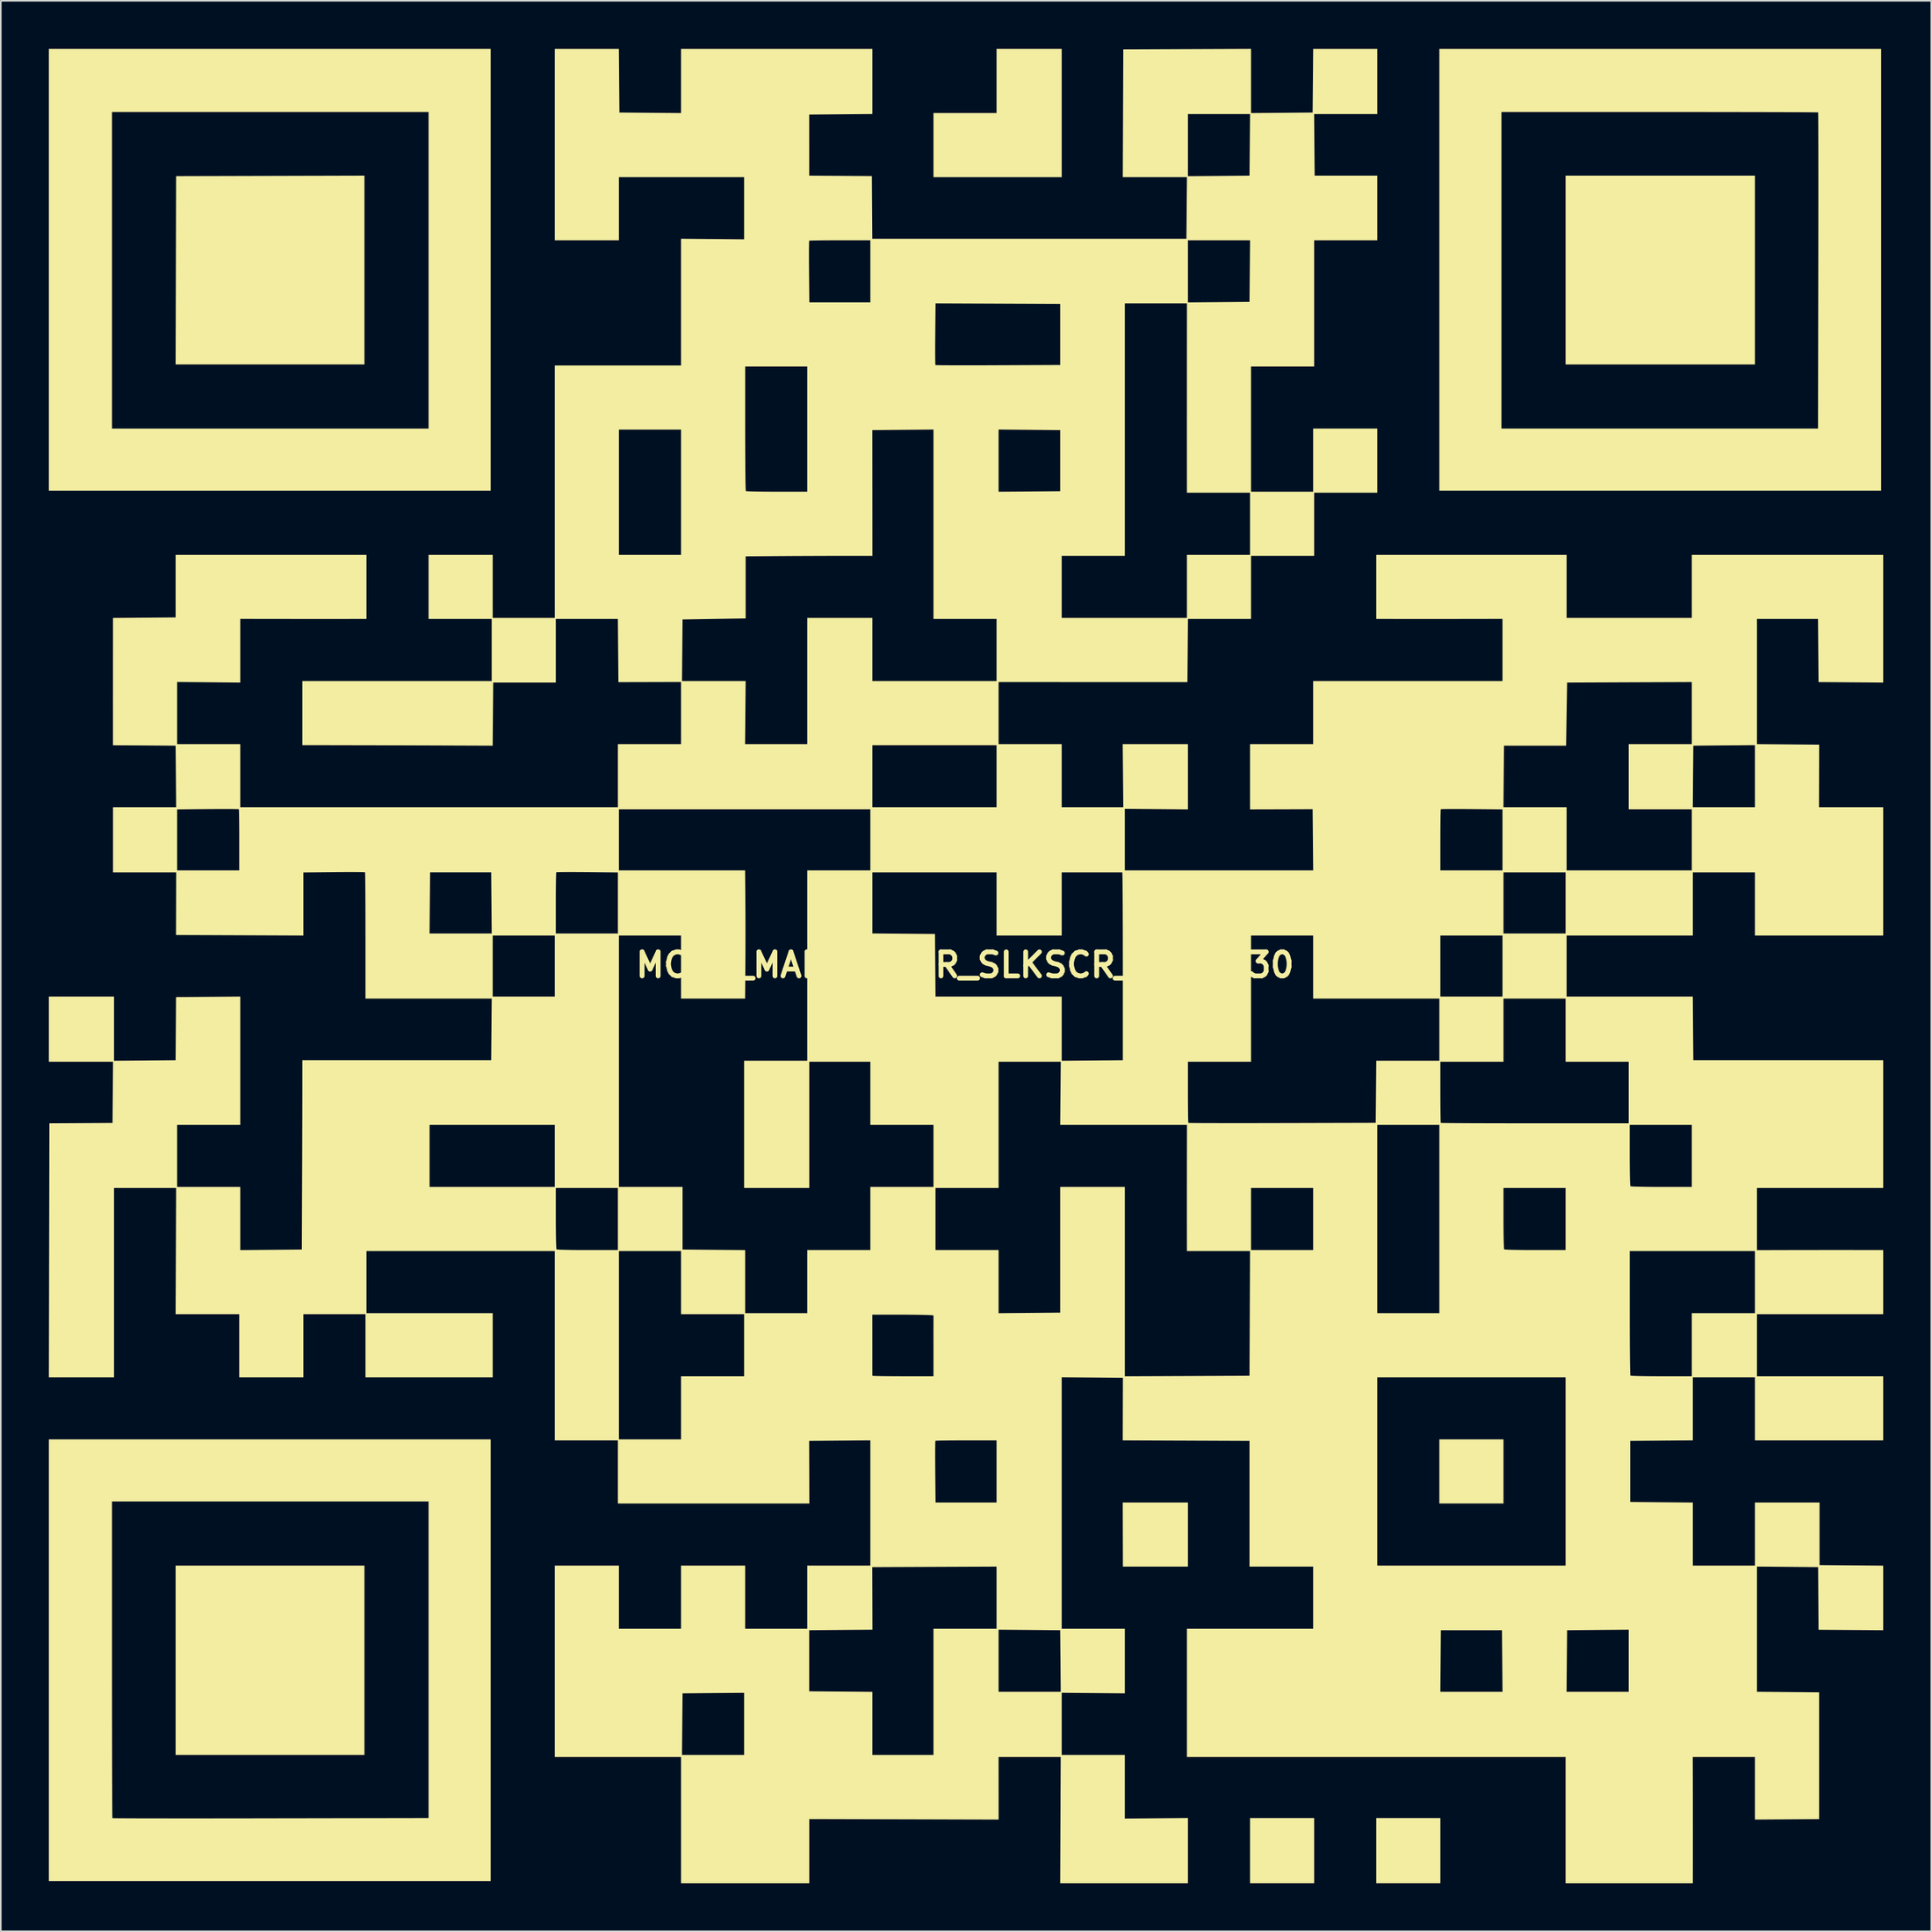
<source format=kicad_pcb>
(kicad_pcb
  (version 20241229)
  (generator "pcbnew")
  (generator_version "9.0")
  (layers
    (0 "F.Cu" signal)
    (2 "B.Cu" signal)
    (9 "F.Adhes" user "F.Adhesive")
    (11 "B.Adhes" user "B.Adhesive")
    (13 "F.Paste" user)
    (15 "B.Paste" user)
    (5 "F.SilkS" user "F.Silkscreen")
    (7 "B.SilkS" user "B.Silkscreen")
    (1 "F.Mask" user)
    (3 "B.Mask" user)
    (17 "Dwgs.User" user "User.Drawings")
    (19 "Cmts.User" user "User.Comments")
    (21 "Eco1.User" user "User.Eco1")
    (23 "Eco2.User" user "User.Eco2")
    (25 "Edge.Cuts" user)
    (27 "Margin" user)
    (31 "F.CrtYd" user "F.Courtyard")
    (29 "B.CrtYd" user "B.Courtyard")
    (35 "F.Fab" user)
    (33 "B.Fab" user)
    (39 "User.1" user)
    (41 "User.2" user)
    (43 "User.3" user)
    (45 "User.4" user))
  (footprint "MC8P_MANUAL_QR_SLKSCR_130X130"
    (layer "F.Cu")
    (at 57.15 57.151)
    (property "Reference" "MC8P_MANUAL_QR_SLKSCR_130X130" (at 0 0 0) (layer "F.SilkS") (effects (font (size 1.5 1.5) (thickness 0.3))))
    (attr board_only exclude_from_pos_files exclude_from_bom)
    (fp_poly (pts (xy -37.465 -43.355) (xy -37.465 -37.465) (xy -43.355 -37.465) (xy -49.244 -37.465) (xy -49.229 -43.339) (xy -49.214 -49.214) (xy -43.339 -49.229) (xy -37.465 -49.244)) (stroke (width 0) (type solid)) (fill yes) (layer "F.SilkS"))
    (fp_poly (pts (xy -37.465 43.37) (xy -37.465 49.276) (xy -43.355 49.276) (xy -49.244 49.276) (xy -49.244 43.37) (xy -49.244 37.465) (xy -43.355 37.465) (xy -37.465 37.465)) (stroke (width 0) (type solid)) (fill yes) (layer "F.SilkS"))
    (fp_poly (pts (xy 13.906 35.528) (xy 13.906 37.529) (xy 11.878 37.529) (xy 9.849 37.529) (xy 9.844 35.528) (xy 9.839 33.528) (xy 11.873 33.528) (xy 13.906 33.528)) (stroke (width 0) (type solid)) (fill yes) (layer "F.SilkS"))
    (fp_poly (pts (xy 21.78 55.245) (xy 21.78 57.277) (xy 19.78 57.277) (xy 17.78 57.277) (xy 17.78 55.245) (xy 17.78 53.213) (xy 19.78 53.213) (xy 21.78 53.213)) (stroke (width 0) (type solid)) (fill yes) (layer "F.SilkS"))
    (fp_poly (pts (xy 29.654 55.245) (xy 29.654 57.277) (xy 27.654 57.277) (xy 25.654 57.277) (xy 25.654 55.245) (xy 25.654 53.213) (xy 27.654 53.213) (xy 29.654 53.213)) (stroke (width 0) (type solid)) (fill yes) (layer "F.SilkS"))
    (fp_poly (pts (xy 33.592 31.591) (xy 33.592 33.592) (xy 31.591 33.592) (xy 29.591 33.592) (xy 29.591 31.591) (xy 29.591 29.591) (xy 31.591 29.591) (xy 33.592 29.591)) (stroke (width 0) (type solid)) (fill yes) (layer "F.SilkS"))
    (fp_poly (pts (xy 49.276 -43.355) (xy 49.276 -37.465) (xy 43.37 -37.465) (xy 37.465 -37.465) (xy 37.465 -43.355) (xy 37.465 -49.244) (xy 43.37 -49.244) (xy 49.276 -49.244)) (stroke (width 0) (type solid)) (fill yes) (layer "F.SilkS"))
    (fp_poly (pts (xy 6.032 -53.15) (xy 6.032 -49.149) (xy 2.032 -49.149) (xy -1.968 -49.149) (xy -1.968 -51.149) (xy -1.968 -53.15) (xy 0 -53.15) (xy 1.968 -53.15) (xy 1.968 -55.15) (xy 1.968 -57.15) (xy 4 -57.15) (xy 6.032 -57.15)) (stroke (width 0) (type solid)) (fill yes) (layer "F.SilkS"))
    (fp_poly (pts (xy -29.591 -43.37) (xy -29.591 -29.591) (xy -43.37 -29.591) (xy -57.15 -29.591) (xy -57.15 -43.339) (xy -53.213 -43.339) (xy -53.213 -33.465) (xy -43.339 -33.465) (xy -33.465 -33.465) (xy -33.465 -43.339) (xy -33.465 -53.213) (xy -43.339 -53.213) (xy -53.213 -53.213) (xy -53.213 -43.339) (xy -57.15 -43.339) (xy -57.15 -43.37) (xy -57.15 -57.15) (xy -43.37 -57.15) (xy -29.591 -57.15)) (stroke (width 0) (type solid)) (fill yes) (layer "F.SilkS"))
    (fp_poly (pts (xy -29.591 43.37) (xy -29.591 57.15) (xy -43.37 57.15) (xy -57.15 57.15) (xy -57.15 43.37) (xy -57.15 43.328) (xy -53.213 43.328) (xy -53.213 44.437) (xy -53.212 45.512) (xy -53.212 46.544) (xy -53.21 47.529) (xy -53.209 48.458) (xy -53.208 49.325) (xy -53.206 50.123) (xy -53.204 50.845) (xy -53.201 51.485) (xy -53.199 52.035) (xy -53.196 52.488) (xy -53.194 52.839) (xy -53.191 53.079) (xy -53.188 53.203) (xy -53.187 53.218) (xy -53.121 53.221) (xy -52.936 53.224) (xy -52.637 53.226) (xy -52.232 53.228) (xy -51.727 53.23) (xy -51.129 53.231) (xy -50.446 53.232) (xy -49.683 53.233) (xy -48.848 53.233) (xy -47.948 53.233) (xy -46.99 53.233) (xy -45.979 53.232) (xy -44.924 53.231) (xy -43.832 53.229) (xy -43.312 53.228) (xy -33.465 53.212) (xy -33.465 43.338) (xy -33.465 33.465) (xy -43.339 33.465) (xy -53.213 33.465) (xy -53.213 43.328) (xy -57.15 43.328) (xy -57.15 29.591) (xy -43.37 29.591) (xy -29.591 29.591)) (stroke (width 0) (type solid)) (fill yes) (layer "F.SilkS"))
    (fp_poly (pts (xy 57.15 -43.37) (xy 57.15 -29.591) (xy 43.37 -29.591) (xy 29.591 -29.591) (xy 29.591 -43.37) (xy 29.591 -53.213) (xy 33.465 -53.213) (xy 33.465 -43.339) (xy 33.465 -33.465) (xy 43.338 -33.465) (xy 53.212 -33.465) (xy 53.228 -43.312) (xy 53.23 -44.421) (xy 53.231 -45.494) (xy 53.232 -46.526) (xy 53.233 -47.509) (xy 53.233 -48.437) (xy 53.233 -49.303) (xy 53.232 -50.1) (xy 53.232 -50.821) (xy 53.23 -51.46) (xy 53.229 -52.009) (xy 53.227 -52.461) (xy 53.225 -52.81) (xy 53.222 -53.049) (xy 53.22 -53.172) (xy 53.218 -53.187) (xy 53.153 -53.19) (xy 52.967 -53.192) (xy 52.669 -53.195) (xy 52.263 -53.198) (xy 51.758 -53.2) (xy 51.161 -53.203) (xy 50.477 -53.205) (xy 49.714 -53.207) (xy 48.879 -53.208) (xy 47.979 -53.21) (xy 47.02 -53.211) (xy 46.01 -53.212) (xy 44.954 -53.213) (xy 43.861 -53.213) (xy 43.328 -53.213) (xy 33.465 -53.213) (xy 29.591 -53.213) (xy 29.591 -57.15) (xy 43.37 -57.15) (xy 57.15 -57.15)) (stroke (width 0) (type solid)) (fill yes) (layer "F.SilkS"))
    (fp_poly (pts (xy 17.843 -55.149) (xy 17.843 -53.148) (xy 19.764 -53.164) (xy 21.685 -53.181) (xy 21.702 -55.166) (xy 21.719 -57.15) (xy 23.718 -57.15) (xy 25.718 -57.15) (xy 25.718 -55.118) (xy 25.718 -53.086) (xy 23.748 -53.086) (xy 21.779 -53.086) (xy 21.795 -51.165) (xy 21.812 -49.244) (xy 23.765 -49.244) (xy 25.718 -49.244) (xy 25.718 -47.228) (xy 25.718 -45.212) (xy 23.749 -45.212) (xy 21.78 -45.212) (xy 21.78 -41.275) (xy 21.78 -37.338) (xy 19.812 -37.338) (xy 17.843 -37.338) (xy 17.843 -33.433) (xy 17.843 -29.527) (xy 19.78 -29.527) (xy 21.717 -29.527) (xy 21.717 -31.496) (xy 21.717 -33.465) (xy 23.717 -33.465) (xy 25.718 -33.465) (xy 25.718 -31.464) (xy 25.718 -29.464) (xy 23.749 -29.464) (xy 21.78 -29.464) (xy 21.78 -27.495) (xy 21.78 -25.527) (xy 19.812 -25.527) (xy 17.843 -25.527) (xy 17.843 -23.558) (xy 17.843 -21.59) (xy 15.876 -21.59) (xy 13.908 -21.59) (xy 13.892 -19.619) (xy 13.875 -17.648) (xy 7.985 -17.65) (xy 2.095 -17.652) (xy 2.095 -15.716) (xy 2.095 -13.78) (xy 4.064 -13.78) (xy 6.032 -13.78) (xy 6.032 -11.811) (xy 6.032 -9.842) (xy 7.953 -9.842) (xy 9.874 -9.842) (xy 9.856 -11.811) (xy 9.837 -13.78) (xy 11.872 -13.78) (xy 13.906 -13.78) (xy 13.906 -11.746) (xy 13.906 -9.712) (xy 11.938 -9.73) (xy 9.969 -9.747) (xy 9.969 -7.826) (xy 9.97 -5.905) (xy 15.844 -5.905) (xy 21.719 -5.905) (xy 21.702 -7.8) (xy 29.654 -7.8) (xy 29.654 -5.905) (xy 31.591 -5.905) (xy 33.528 -5.905) (xy 33.528 -7.809) (xy 33.528 -9.712) (xy 31.618 -9.73) (xy 31.138 -9.733) (xy 30.701 -9.735) (xy 30.322 -9.735) (xy 30.017 -9.732) (xy 29.802 -9.729) (xy 29.692 -9.723) (xy 29.681 -9.721) (xy 29.674 -9.653) (xy 29.668 -9.474) (xy 29.663 -9.2) (xy 29.659 -8.846) (xy 29.656 -8.429) (xy 29.655 -7.964) (xy 29.654 -7.8) (xy 21.702 -7.8) (xy 21.702 -7.814) (xy 21.685 -9.723) (xy 19.733 -9.717) (xy 17.78 -9.712) (xy 17.78 -9.842) (xy 33.59 -9.842) (xy 35.559 -9.842) (xy 37.529 -9.842) (xy 37.529 -7.874) (xy 37.529 -5.905) (xy 41.434 -5.905) (xy 45.339 -5.905) (xy 45.339 -7.811) (xy 45.339 -9.716) (xy 43.37 -9.716) (xy 41.402 -9.716) (xy 41.402 -9.842) (xy 45.401 -9.842) (xy 47.338 -9.842) (xy 49.276 -9.842) (xy 49.276 -11.78) (xy 49.276 -13.718) (xy 47.355 -13.701) (xy 45.434 -13.684) (xy 45.417 -11.763) (xy 45.401 -9.842) (xy 41.402 -9.842) (xy 41.402 -11.748) (xy 41.402 -13.78) (xy 43.37 -13.78) (xy 45.339 -13.78) (xy 45.339 -15.716) (xy 45.339 -17.652) (xy 41.45 -17.637) (xy 37.56 -17.621) (xy 37.529 -15.653) (xy 37.497 -13.684) (xy 35.56 -13.684) (xy 33.623 -13.684) (xy 33.606 -11.763) (xy 33.59 -9.842) (xy 17.78 -9.842) (xy 17.78 -11.746) (xy 17.78 -13.78) (xy 19.748 -13.78) (xy 21.717 -13.78) (xy 21.717 -15.748) (xy 21.717 -17.716) (xy 27.622 -17.716) (xy 33.528 -17.716) (xy 33.528 -19.655) (xy 33.528 -21.593) (xy 31.575 -21.59) (xy 30.958 -21.589) (xy 30.257 -21.588) (xy 29.517 -21.588) (xy 28.781 -21.588) (xy 28.092 -21.588) (xy 27.638 -21.588) (xy 25.654 -21.59) (xy 25.654 -23.59) (xy 25.654 -25.59) (xy 31.591 -25.59) (xy 37.529 -25.59) (xy 37.529 -23.622) (xy 37.529 -21.654) (xy 41.434 -21.654) (xy 45.339 -21.654) (xy 45.339 -23.622) (xy 45.339 -25.59) (xy 51.308 -25.59) (xy 57.277 -25.59) (xy 57.277 -21.606) (xy 57.277 -17.621) (xy 55.261 -17.636) (xy 53.245 -17.651) (xy 53.228 -19.62) (xy 53.211 -21.59) (xy 51.307 -21.59) (xy 49.403 -21.59) (xy 49.403 -17.686) (xy 49.403 -13.781) (xy 51.343 -13.765) (xy 53.284 -13.748) (xy 53.278 -11.795) (xy 53.273 -9.842) (xy 55.275 -9.842) (xy 57.277 -9.842) (xy 57.277 -5.842) (xy 57.277 -1.841) (xy 53.276 -1.841) (xy 49.276 -1.841) (xy 49.276 -3.81) (xy 49.276 -5.779) (xy 47.339 -5.779) (xy 45.403 -5.779) (xy 45.403 -3.81) (xy 45.403 -1.841) (xy 41.465 -1.841) (xy 37.529 -1.841) (xy 37.529 0.064) (xy 37.529 1.968) (xy 41.465 1.968) (xy 45.401 1.968) (xy 45.417 3.953) (xy 45.434 5.937) (xy 51.356 5.937) (xy 57.277 5.937) (xy 57.277 9.922) (xy 57.277 13.906) (xy 53.34 13.906) (xy 49.403 13.906) (xy 49.403 15.846) (xy 49.403 17.785) (xy 51.356 17.78) (xy 51.973 17.779) (xy 52.674 17.778) (xy 53.414 17.777) (xy 54.15 17.777) (xy 54.839 17.777) (xy 55.293 17.777) (xy 57.277 17.78) (xy 57.277 19.78) (xy 57.277 21.78) (xy 53.34 21.78) (xy 49.403 21.78) (xy 49.403 23.717) (xy 49.403 25.654) (xy 53.34 25.654) (xy 57.277 25.654) (xy 57.277 27.654) (xy 57.277 29.654) (xy 53.276 29.654) (xy 49.276 29.654) (xy 49.276 27.686) (xy 49.276 25.718) (xy 47.339 25.718) (xy 45.403 25.718) (xy 45.403 27.685) (xy 45.403 29.653) (xy 43.45 29.669) (xy 41.497 29.686) (xy 41.497 31.591) (xy 41.497 33.496) (xy 43.45 33.513) (xy 45.403 33.53) (xy 45.403 35.497) (xy 45.403 37.465) (xy 47.339 37.465) (xy 49.276 37.465) (xy 49.276 35.496) (xy 49.276 33.528) (xy 51.292 33.528) (xy 53.308 33.528) (xy 53.308 35.481) (xy 53.308 37.433) (xy 55.293 37.45) (xy 57.277 37.467) (xy 57.277 39.482) (xy 57.277 41.497) (xy 55.261 41.483) (xy 53.245 41.469) (xy 53.232 39.515) (xy 53.218 37.56) (xy 51.311 37.543) (xy 49.403 37.527) (xy 49.403 41.432) (xy 49.403 45.337) (xy 51.341 45.354) (xy 53.28 45.371) (xy 53.28 49.325) (xy 53.28 53.279) (xy 51.278 53.293) (xy 49.276 53.308) (xy 49.276 51.356) (xy 49.276 49.403) (xy 47.337 49.403) (xy 45.398 49.403) (xy 45.403 51.356) (xy 45.404 51.973) (xy 45.405 52.674) (xy 45.405 53.414) (xy 45.406 54.15) (xy 45.405 54.839) (xy 45.405 55.293) (xy 45.403 57.277) (xy 41.434 57.277) (xy 37.465 57.277) (xy 37.465 53.34) (xy 37.465 49.403) (xy 25.654 49.403) (xy 13.843 49.403) (xy 13.843 45.403) (xy 13.843 45.339) (xy 29.653 45.339) (xy 31.591 45.339) (xy 33.53 45.339) (xy 37.527 45.339) (xy 39.464 45.339) (xy 41.402 45.339) (xy 41.402 43.401) (xy 41.402 41.464) (xy 39.481 41.48) (xy 37.56 41.497) (xy 37.543 43.418) (xy 37.527 45.339) (xy 33.53 45.339) (xy 33.513 43.418) (xy 33.496 41.497) (xy 31.591 41.497) (xy 29.686 41.497) (xy 29.669 43.418) (xy 29.653 45.339) (xy 13.843 45.339) (xy 13.843 41.402) (xy 17.78 41.402) (xy 21.717 41.402) (xy 21.717 39.465) (xy 21.717 37.529) (xy 19.733 37.529) (xy 17.748 37.529) (xy 17.748 33.607) (xy 17.748 31.591) (xy 25.718 31.591) (xy 25.718 37.465) (xy 31.591 37.465) (xy 37.465 37.465) (xy 37.465 31.591) (xy 37.465 25.718) (xy 31.591 25.718) (xy 25.718 25.718) (xy 25.718 31.591) (xy 17.748 31.591) (xy 17.748 29.686) (xy 13.794 29.67) (xy 9.839 29.654) (xy 9.844 27.701) (xy 9.85 25.749) (xy 7.941 25.732) (xy 6.032 25.716) (xy 6.032 33.559) (xy 6.032 41.402) (xy 8.001 41.402) (xy 9.97 41.402) (xy 9.97 43.418) (xy 9.97 45.434) (xy 8.001 45.417) (xy 6.032 45.399) (xy 6.032 47.337) (xy 6.032 49.276) (xy 8.001 49.276) (xy 9.97 49.276) (xy 9.969 51.26) (xy 9.969 53.245) (xy 11.938 53.227) (xy 13.906 53.209) (xy 13.906 55.243) (xy 13.906 57.277) (xy 9.922 57.277) (xy 5.937 57.277) (xy 5.953 53.34) (xy 5.969 49.403) (xy 4.032 49.403) (xy 2.095 49.403) (xy 2.096 51.356) (xy 2.096 53.308) (xy -3.81 53.292) (xy -9.716 53.277) (xy -9.716 55.277) (xy -9.716 57.277) (xy -13.716 57.277) (xy -17.716 57.277) (xy -17.716 53.34) (xy -17.716 49.403) (xy -21.654 49.403) (xy -25.59 49.403) (xy -25.59 49.276) (xy -17.655 49.276) (xy -15.717 49.276) (xy -13.78 49.276) (xy -13.78 47.338) (xy -13.78 45.401) (xy -15.7 45.417) (xy -17.621 45.434) (xy -17.638 47.355) (xy -17.655 49.276) (xy -25.59 49.276) (xy -25.59 43.434) (xy -25.59 41.497) (xy -9.72 41.497) (xy -9.72 43.402) (xy -9.72 45.307) (xy -7.749 45.324) (xy -5.779 45.341) (xy -5.779 47.308) (xy -5.779 49.276) (xy -3.873 49.276) (xy -1.968 49.276) (xy -1.968 45.339) (xy -1.968 43.401) (xy 2.095 43.401) (xy 2.095 45.339) (xy 4.033 45.339) (xy 5.971 45.339) (xy 5.954 43.418) (xy 5.937 41.497) (xy 4.016 41.48) (xy 2.095 41.464) (xy 2.095 43.401) (xy -1.968 43.401) (xy -1.968 41.402) (xy 0 41.402) (xy 1.968 41.402) (xy 1.968 39.465) (xy 1.968 37.528) (xy -1.909 37.544) (xy -5.786 37.56) (xy -5.78 39.512) (xy -5.775 41.464) (xy -7.747 41.48) (xy -9.72 41.497) (xy -25.59 41.497) (xy -25.59 37.465) (xy -23.59 37.465) (xy -21.59 37.465) (xy -21.59 39.434) (xy -21.59 41.402) (xy -19.653 41.402) (xy -17.716 41.402) (xy -17.716 39.434) (xy -17.716 37.465) (xy -15.716 37.465) (xy -13.716 37.465) (xy -13.716 39.434) (xy -13.716 41.402) (xy -11.779 41.402) (xy -9.842 41.402) (xy -9.842 39.434) (xy -9.842 37.465) (xy -7.874 37.465) (xy -5.905 37.465) (xy -5.905 33.559) (xy -5.905 30.556) (xy -1.861 30.556) (xy -1.86 30.974) (xy -1.857 31.44) (xy -1.856 31.618) (xy -1.838 33.528) (xy 0.065 33.528) (xy 1.968 33.528) (xy 1.968 31.591) (xy 1.968 29.654) (xy 0.074 29.654) (xy -0.403 29.655) (xy -0.838 29.658) (xy -1.215 29.662) (xy -1.518 29.666) (xy -1.73 29.672) (xy -1.837 29.679) (xy -1.847 29.681) (xy -1.853 29.749) (xy -1.857 29.928) (xy -1.86 30.202) (xy -1.861 30.556) (xy -5.905 30.556) (xy -5.905 29.653) (xy -7.814 29.669) (xy -9.723 29.686) (xy -9.717 31.639) (xy -9.712 33.592) (xy -11.714 33.592) (xy -12.344 33.593) (xy -13.057 33.593) (xy -13.808 33.593) (xy -14.554 33.593) (xy -15.251 33.593) (xy -15.716 33.593) (xy -16.343 33.593) (xy -17.051 33.593) (xy -17.795 33.593) (xy -18.533 33.593) (xy -19.221 33.593) (xy -19.685 33.592) (xy -21.654 33.592) (xy -21.654 31.623) (xy -21.654 29.654) (xy -23.622 29.654) (xy -25.59 29.654) (xy -25.59 23.749) (xy -25.59 23.717) (xy -21.589 23.717) (xy -21.589 29.591) (xy -19.653 29.591) (xy -17.716 29.591) (xy -17.716 27.622) (xy -17.716 25.654) (xy -15.748 25.654) (xy -13.78 25.654) (xy -13.78 23.717) (xy -13.78 21.812) (xy -5.782 21.812) (xy -5.781 23.701) (xy -5.781 24.178) (xy -5.781 24.613) (xy -5.781 24.99) (xy -5.78 25.293) (xy -5.78 25.506) (xy -5.78 25.613) (xy -5.779 25.622) (xy -5.718 25.63) (xy -5.546 25.637) (xy -5.277 25.644) (xy -4.928 25.649) (xy -4.514 25.652) (xy -4.051 25.654) (xy -3.873 25.654) (xy -1.968 25.654) (xy -1.968 23.781) (xy -1.969 23.305) (xy -1.969 22.87) (xy -1.968 22.493) (xy -1.968 22.19) (xy -1.968 21.976) (xy -1.968 21.869) (xy -1.968 21.86) (xy -2.029 21.848) (xy -2.202 21.837) (xy -2.47 21.828) (xy -2.819 21.82) (xy -3.233 21.815) (xy -3.696 21.812) (xy -3.875 21.812) (xy -5.782 21.812) (xy -13.78 21.812) (xy -13.78 21.78) (xy -15.748 21.78) (xy -17.716 21.78) (xy -17.716 19.812) (xy -17.716 17.843) (xy -19.653 17.843) (xy -21.589 17.843) (xy -21.589 23.717) (xy -25.59 23.717) (xy -25.59 17.843) (xy -31.464 17.843) (xy -37.338 17.843) (xy -37.338 19.78) (xy -37.338 21.717) (xy -33.401 21.717) (xy -29.464 21.717) (xy -29.464 23.717) (xy -29.464 25.718) (xy -33.433 25.718) (xy -37.401 25.718) (xy -37.401 23.749) (xy -37.401 21.78) (xy -39.338 21.78) (xy -41.275 21.78) (xy -41.275 23.749) (xy -41.275 25.718) (xy -43.275 25.718) (xy -45.276 25.718) (xy -45.276 23.749) (xy -45.276 21.78) (xy -47.26 21.781) (xy -49.244 21.781) (xy -49.228 17.844) (xy -49.213 13.906) (xy -51.149 13.906) (xy -53.086 13.906) (xy -53.086 19.812) (xy -53.086 25.718) (xy -55.118 25.718) (xy -57.15 25.718) (xy -57.134 17.796) (xy -57.118 9.874) (xy -55.15 9.863) (xy -53.181 9.851) (xy -53.164 7.942) (xy -53.148 6.032) (xy -55.149 6.032) (xy -57.15 6.032) (xy -57.15 4) (xy -57.15 1.968) (xy -55.118 1.968) (xy -53.086 1.968) (xy -53.086 3.97) (xy -53.086 5.971) (xy -51.165 5.954) (xy -49.244 5.937) (xy -49.231 3.969) (xy -49.218 2) (xy -47.215 1.983) (xy -45.212 1.967) (xy -45.212 5.968) (xy -45.212 9.97) (xy -47.181 9.97) (xy -49.149 9.97) (xy -49.149 11.906) (xy -49.149 13.843) (xy -47.181 13.843) (xy -45.212 13.843) (xy -45.212 15.812) (xy -45.212 17.782) (xy -43.291 17.765) (xy -41.37 17.748) (xy -41.363 15.801) (xy -25.527 15.801) (xy -25.526 16.279) (xy -25.522 16.716) (xy -25.516 17.095) (xy -25.508 17.401) (xy -25.499 17.617) (xy -25.488 17.727) (xy -25.485 17.738) (xy -25.413 17.748) (xy -25.23 17.758) (xy -24.952 17.766) (xy -24.596 17.773) (xy -24.176 17.778) (xy -23.71 17.78) (xy -23.548 17.78) (xy -21.654 17.78) (xy -21.654 15.843) (xy -21.654 13.906) (xy -23.59 13.906) (xy -25.527 13.906) (xy -25.527 15.801) (xy -41.363 15.801) (xy -41.356 13.811) (xy -41.353 13.042) (xy -41.35 12.251) (xy -41.349 11.906) (xy -33.401 11.906) (xy -33.401 13.842) (xy -29.496 13.842) (xy -25.59 13.842) (xy -25.59 11.906) (xy -25.59 9.97) (xy -29.496 9.97) (xy -33.401 9.97) (xy -33.401 11.906) (xy -41.349 11.906) (xy -41.348 11.46) (xy -41.346 10.687) (xy -41.344 9.952) (xy -41.342 9.274) (xy -41.341 8.672) (xy -41.34 8.165) (xy -41.34 7.906) (xy -41.339 5.937) (xy -35.449 5.937) (xy -29.559 5.937) (xy -29.542 4.016) (xy -29.526 2.095) (xy -33.464 2.095) (xy -37.401 2.095) (xy -37.401 0.064) (xy -29.464 0.064) (xy -29.464 1.968) (xy -27.527 1.968) (xy -25.59 1.968) (xy -25.59 0.064) (xy -25.59 -1.841) (xy -27.527 -1.841) (xy -29.464 -1.841) (xy -29.464 0.064) (xy -37.401 0.064) (xy -37.401 -1.831) (xy -37.402 -1.968) (xy -33.403 -1.968) (xy -31.464 -1.968) (xy -29.526 -1.968) (xy -29.542 -3.863) (xy -25.527 -3.863) (xy -25.527 -1.968) (xy -23.59 -1.968) (xy -21.654 -1.968) (xy -21.654 -3.872) (xy -21.654 -5.775) (xy -23.564 -5.793) (xy -24.043 -5.796) (xy -24.48 -5.798) (xy -24.859 -5.798) (xy -25.165 -5.795) (xy -25.38 -5.792) (xy -25.49 -5.786) (xy -25.501 -5.784) (xy -25.507 -5.716) (xy -25.513 -5.537) (xy -25.518 -5.263) (xy -25.523 -4.909) (xy -25.526 -4.492) (xy -25.527 -4.027) (xy -25.527 -3.863) (xy -29.542 -3.863) (xy -29.542 -3.876) (xy -29.559 -5.783) (xy -31.464 -5.783) (xy -33.369 -5.783) (xy -33.386 -3.876) (xy -33.403 -1.968) (xy -37.402 -1.968) (xy -37.402 -2.525) (xy -37.403 -3.181) (xy -37.405 -3.787) (xy -37.408 -4.334) (xy -37.411 -4.809) (xy -37.414 -5.203) (xy -37.418 -5.503) (xy -37.423 -5.7) (xy -37.427 -5.782) (xy -37.428 -5.784) (xy -37.496 -5.79) (xy -37.675 -5.794) (xy -37.949 -5.797) (xy -38.303 -5.798) (xy -38.721 -5.797) (xy -39.187 -5.794) (xy -39.365 -5.793) (xy -41.275 -5.775) (xy -41.275 -3.808) (xy -41.275 -1.841) (xy -45.247 -1.857) (xy -49.22 -1.873) (xy -49.214 -3.826) (xy -49.209 -5.779) (xy -51.179 -5.779) (xy -53.15 -5.779) (xy -53.15 -7.811) (xy -53.15 -9.712) (xy -49.149 -9.712) (xy -49.149 -7.809) (xy -49.149 -5.905) (xy -47.212 -5.905) (xy -45.276 -5.905) (xy -45.276 -7.8) (xy -45.276 -7.811) (xy -21.59 -7.811) (xy -21.59 -5.905) (xy -17.655 -5.905) (xy -13.719 -5.905) (xy -13.702 -3.905) (xy -13.698 -3.275) (xy -13.695 -2.562) (xy -13.695 -1.811) (xy -13.696 -1.065) (xy -13.699 -0.369) (xy -13.702 0.095) (xy -13.719 2.095) (xy -15.718 2.095) (xy -17.716 2.095) (xy -17.716 0.127) (xy -17.716 -1.841) (xy -19.653 -1.841) (xy -21.589 -1.841) (xy -21.589 6.001) (xy -21.589 13.843) (xy -19.605 13.843) (xy -17.621 13.843) (xy -17.621 15.796) (xy -17.621 17.748) (xy -15.669 17.765) (xy -13.716 17.782) (xy -13.716 19.749) (xy -13.716 21.717) (xy -11.779 21.717) (xy -9.842 21.717) (xy -9.842 19.748) (xy -9.842 17.78) (xy -7.874 17.78) (xy -5.905 17.78) (xy -5.905 15.812) (xy -5.905 13.906) (xy -1.841 13.906) (xy -1.841 15.843) (xy -1.841 17.78) (xy 0.127 17.78) (xy 2.095 17.78) (xy 2.095 19.749) (xy 2.095 21.719) (xy 4.016 21.702) (xy 5.937 21.685) (xy 5.937 17.764) (xy 5.937 13.843) (xy 7.953 13.843) (xy 9.97 13.843) (xy 9.97 19.749) (xy 9.97 25.655) (xy 13.859 25.639) (xy 17.748 25.622) (xy 17.764 21.733) (xy 17.78 17.843) (xy 15.811 17.843) (xy 13.843 17.843) (xy 13.841 15.859) (xy 13.841 15.843) (xy 17.843 15.843) (xy 17.843 17.78) (xy 19.78 17.78) (xy 21.717 17.78) (xy 21.717 15.843) (xy 25.718 15.843) (xy 25.718 21.717) (xy 27.654 21.717) (xy 29.591 21.717) (xy 29.591 17.843) (xy 41.467 17.843) (xy 41.468 21.707) (xy 41.468 22.396) (xy 41.47 23.047) (xy 41.473 23.649) (xy 41.477 24.191) (xy 41.482 24.662) (xy 41.488 25.05) (xy 41.494 25.346) (xy 41.501 25.537) (xy 41.508 25.612) (xy 41.509 25.613) (xy 41.58 25.623) (xy 41.763 25.633) (xy 42.041 25.641) (xy 42.397 25.647) (xy 42.816 25.652) (xy 43.283 25.654) (xy 43.445 25.654) (xy 45.339 25.654) (xy 45.339 23.686) (xy 45.339 21.717) (xy 47.307 21.717) (xy 49.276 21.717) (xy 49.276 19.78) (xy 49.276 17.843) (xy 45.372 17.843) (xy 41.467 17.843) (xy 29.591 17.843) (xy 29.591 15.843) (xy 29.591 15.801) (xy 33.592 15.801) (xy 33.593 16.279) (xy 33.597 16.716) (xy 33.603 17.095) (xy 33.611 17.401) (xy 33.62 17.617) (xy 33.63 17.727) (xy 33.634 17.738) (xy 33.706 17.748) (xy 33.889 17.758) (xy 34.166 17.766) (xy 34.523 17.773) (xy 34.942 17.778) (xy 35.409 17.78) (xy 35.571 17.78) (xy 37.465 17.78) (xy 37.465 15.843) (xy 37.465 13.906) (xy 35.528 13.906) (xy 33.592 13.906) (xy 33.592 15.801) (xy 29.591 15.801) (xy 29.591 11.864) (xy 41.465 11.864) (xy 41.467 12.342) (xy 41.471 12.779) (xy 41.477 13.158) (xy 41.485 13.464) (xy 41.494 13.68) (xy 41.504 13.79) (xy 41.508 13.801) (xy 41.58 13.811) (xy 41.763 13.821) (xy 42.04 13.829) (xy 42.397 13.836) (xy 42.816 13.841) (xy 43.283 13.843) (xy 43.445 13.843) (xy 45.339 13.843) (xy 45.339 11.906) (xy 45.339 9.97) (xy 43.402 9.97) (xy 41.465 9.97) (xy 41.465 11.864) (xy 29.591 11.864) (xy 29.591 9.97) (xy 27.654 9.97) (xy 25.718 9.97) (xy 25.718 15.843) (xy 21.717 15.843) (xy 21.717 13.906) (xy 19.78 13.906) (xy 17.843 13.906) (xy 17.843 15.843) (xy 13.841 15.843) (xy 13.841 15.234) (xy 13.841 14.529) (xy 13.841 13.788) (xy 13.842 13.053) (xy 13.842 12.37) (xy 13.843 11.922) (xy 13.846 9.97) (xy 9.892 9.97) (xy 5.937 9.97) (xy 5.955 8.001) (xy 5.973 6.032) (xy 13.906 6.032) (xy 13.906 7.927) (xy 13.907 8.404) (xy 13.91 8.839) (xy 13.914 9.216) (xy 13.918 9.519) (xy 13.924 9.731) (xy 13.931 9.838) (xy 13.933 9.848) (xy 13.999 9.851) (xy 14.183 9.855) (xy 14.476 9.857) (xy 14.869 9.86) (xy 15.354 9.861) (xy 15.921 9.862) (xy 16.562 9.863) (xy 17.267 9.863) (xy 18.027 9.862) (xy 18.835 9.861) (xy 19.68 9.859) (xy 19.791 9.859) (xy 25.622 9.844) (xy 25.639 7.906) (xy 25.655 6.032) (xy 29.654 6.032) (xy 29.654 7.927) (xy 29.655 8.404) (xy 29.658 8.839) (xy 29.662 9.216) (xy 29.666 9.519) (xy 29.672 9.731) (xy 29.679 9.838) (xy 29.681 9.848) (xy 29.747 9.852) (xy 29.931 9.855) (xy 30.224 9.859) (xy 30.618 9.862) (xy 31.102 9.865) (xy 31.67 9.868) (xy 32.31 9.87) (xy 33.016 9.872) (xy 33.777 9.873) (xy 34.585 9.874) (xy 35.43 9.874) (xy 35.555 9.874) (xy 41.402 9.874) (xy 41.402 7.953) (xy 41.402 6.032) (xy 39.434 6.032) (xy 37.465 6.032) (xy 37.465 4.064) (xy 37.465 2.095) (xy 35.528 2.095) (xy 33.592 2.095) (xy 33.592 4.064) (xy 33.592 6.032) (xy 31.623 6.032) (xy 29.654 6.032) (xy 25.655 6.032) (xy 25.656 5.969) (xy 27.623 5.969) (xy 29.591 5.969) (xy 29.591 4.032) (xy 29.591 2.095) (xy 25.654 2.095) (xy 21.717 2.095) (xy 21.717 0.127) (xy 21.717 0.064) (xy 29.654 0.064) (xy 29.654 1.968) (xy 31.591 1.968) (xy 33.528 1.968) (xy 33.528 0.064) (xy 33.528 -1.841) (xy 31.591 -1.841) (xy 29.654 -1.841) (xy 29.654 0.064) (xy 21.717 0.064) (xy 21.717 -1.841) (xy 19.78 -1.841) (xy 17.843 -1.841) (xy 17.843 2.095) (xy 17.843 6.032) (xy 15.875 6.032) (xy 13.906 6.032) (xy 5.973 6.032) (xy 4.034 6.032) (xy 2.095 6.032) (xy 2.095 9.97) (xy 2.095 13.906) (xy 0.127 13.906) (xy -1.841 13.906) (xy -5.905 13.906) (xy -5.905 13.843) (xy -3.937 13.843) (xy -1.968 13.843) (xy -1.968 11.906) (xy -1.968 9.97) (xy -3.937 9.97) (xy -5.905 9.97) (xy -5.905 8.001) (xy -5.905 6.032) (xy -7.811 6.032) (xy -9.716 6.032) (xy -9.716 9.97) (xy -9.716 13.906) (xy -11.748 13.906) (xy -13.78 13.906) (xy -13.78 9.938) (xy -13.78 5.969) (xy -11.811 5.969) (xy -9.842 5.969) (xy -9.842 0.032) (xy -9.842 -5.779) (xy -5.779 -5.779) (xy -5.779 -3.874) (xy -5.779 -1.97) (xy -3.826 -1.954) (xy -1.873 -1.937) (xy -1.856 0.016) (xy -1.84 1.968) (xy 2.096 1.968) (xy 6.032 1.968) (xy 6.032 3.97) (xy 6.032 5.971) (xy 7.939 5.954) (xy 9.845 5.937) (xy 9.845 0.079) (xy 9.844 -0.771) (xy 9.843 -1.585) (xy 9.842 -2.352) (xy 9.839 -3.065) (xy 9.837 -3.714) (xy 9.836 -3.873) (xy 33.592 -3.873) (xy 33.592 -1.968) (xy 35.528 -1.968) (xy 37.465 -1.968) (xy 37.465 -3.873) (xy 37.465 -5.779) (xy 35.528 -5.779) (xy 33.592 -5.779) (xy 33.592 -3.873) (xy 9.836 -3.873) (xy 9.834 -4.291) (xy 9.83 -4.786) (xy 9.826 -5.191) (xy 9.822 -5.497) (xy 9.817 -5.695) (xy 9.813 -5.777) (xy 9.812 -5.779) (xy 9.742 -5.779) (xy 9.562 -5.779) (xy 9.287 -5.779) (xy 8.932 -5.779) (xy 8.515 -5.779) (xy 8.051 -5.779) (xy 7.906 -5.779) (xy 6.032 -5.779) (xy 6.032 -3.81) (xy 6.032 -1.841) (xy 4 -1.841) (xy 1.968 -1.841) (xy 1.968 -3.81) (xy 1.968 -5.779) (xy -1.905 -5.779) (xy -5.779 -5.779) (xy -9.842 -5.779) (xy -9.842 -5.905) (xy -7.874 -5.905) (xy -5.905 -5.905) (xy -5.905 -7.811) (xy -5.905 -9.716) (xy -13.748 -9.716) (xy -21.59 -9.716) (xy -21.59 -7.811) (xy -45.276 -7.811) (xy -45.276 -8.277) (xy -45.279 -8.712) (xy -45.283 -9.089) (xy -45.287 -9.392) (xy -45.293 -9.604) (xy -45.3 -9.711) (xy -45.302 -9.721) (xy -45.37 -9.727) (xy -45.549 -9.731) (xy -45.823 -9.734) (xy -46.177 -9.735) (xy -46.595 -9.734) (xy -47.061 -9.731) (xy -47.239 -9.73) (xy -49.149 -9.712) (xy -53.15 -9.712) (xy -53.15 -9.842) (xy -51.18 -9.842) (xy -49.211 -9.842) (xy -49.227 -11.763) (xy -49.244 -13.684) (xy -51.198 -13.697) (xy -53.152 -13.711) (xy -53.152 -15.698) (xy -53.153 -16.325) (xy -53.152 -17.036) (xy -53.152 -17.784) (xy -53.152 -18.526) (xy -53.152 -19.218) (xy -53.151 -19.668) (xy -53.15 -21.652) (xy -51.197 -21.668) (xy -49.244 -21.685) (xy -49.244 -23.638) (xy -49.244 -25.591) (xy -43.291 -25.591) (xy -37.338 -25.59) (xy -37.338 -23.59) (xy -37.338 -21.59) (xy -39.322 -21.588) (xy -39.947 -21.588) (xy -40.652 -21.588) (xy -41.394 -21.588) (xy -42.128 -21.589) (xy -42.811 -21.589) (xy -43.259 -21.59) (xy -45.212 -21.593) (xy -45.212 -19.607) (xy -45.212 -17.621) (xy -47.18 -17.639) (xy -49.149 -17.657) (xy -49.149 -15.718) (xy -49.149 -13.78) (xy -47.181 -13.78) (xy -45.212 -13.78) (xy -45.212 -11.811) (xy -45.212 -9.842) (xy -33.433 -9.842) (xy -21.654 -9.842) (xy -21.654 -11.778) (xy -5.779 -11.778) (xy -5.779 -9.842) (xy -1.905 -9.842) (xy 1.968 -9.842) (xy 1.968 -11.778) (xy 1.968 -13.714) (xy -1.905 -13.714) (xy -5.779 -13.714) (xy -5.779 -11.778) (xy -21.654 -11.778) (xy -21.654 -11.811) (xy -21.654 -13.78) (xy -19.685 -13.78) (xy -17.716 -13.78) (xy -17.716 -15.718) (xy -17.716 -17.656) (xy -19.669 -17.651) (xy -21.622 -17.646) (xy -21.622 -17.716) (xy -17.655 -17.716) (xy -15.67 -17.717) (xy -13.684 -17.717) (xy -13.702 -15.748) (xy -13.72 -13.78) (xy -11.781 -13.78) (xy -9.842 -13.78) (xy -9.842 -17.716) (xy -9.842 -21.654) (xy -7.811 -21.654) (xy -5.779 -21.654) (xy -5.779 -19.685) (xy -5.779 -17.716) (xy -1.905 -17.716) (xy 1.968 -17.716) (xy 1.968 -19.653) (xy 1.968 -21.59) (xy 0 -21.59) (xy -1.968 -21.59) (xy -1.968 -25.527) (xy 6.032 -25.527) (xy 6.032 -23.59) (xy 6.032 -21.654) (xy 9.938 -21.654) (xy 13.843 -21.654) (xy 13.843 -23.622) (xy 13.843 -25.59) (xy 15.812 -25.59) (xy 17.78 -25.59) (xy 17.78 -27.527) (xy 17.78 -29.464) (xy 15.812 -29.464) (xy 13.843 -29.464) (xy 13.842 -31.448) (xy 13.842 -31.889) (xy 13.842 -32.438) (xy 13.841 -33.074) (xy 13.841 -33.779) (xy 13.842 -34.533) (xy 13.842 -35.317) (xy 13.842 -36.11) (xy 13.842 -36.895) (xy 13.842 -37.354) (xy 13.844 -41.275) (xy 11.907 -41.275) (xy 9.97 -41.275) (xy 9.97 -33.401) (xy 9.97 -25.527) (xy 8.001 -25.527) (xy 6.032 -25.527) (xy -1.968 -25.527) (xy -1.968 -27.496) (xy -1.968 -31.464) (xy 2.095 -31.464) (xy 2.095 -29.526) (xy 4.016 -29.542) (xy 5.937 -29.559) (xy 5.937 -31.464) (xy 5.937 -33.369) (xy 4.016 -33.386) (xy 2.095 -33.403) (xy 2.095 -31.464) (xy -1.968 -31.464) (xy -1.968 -33.403) (xy -3.875 -33.386) (xy -5.782 -33.369) (xy -5.779 -29.448) (xy -5.777 -25.527) (xy -7.794 -25.526) (xy -8.419 -25.525) (xy -9.122 -25.523) (xy -9.858 -25.52) (xy -10.587 -25.517) (xy -11.265 -25.513) (xy -11.748 -25.51) (xy -13.684 -25.495) (xy -13.684 -23.558) (xy -13.684 -21.622) (xy -15.653 -21.59) (xy -17.621 -21.558) (xy -17.638 -19.637) (xy -17.655 -17.716) (xy -21.622 -17.716) (xy -21.639 -19.618) (xy -21.655 -21.59) (xy -23.591 -21.59) (xy -25.527 -21.59) (xy -25.527 -19.606) (xy -25.527 -17.621) (xy -27.48 -17.621) (xy -29.432 -17.621) (xy -29.449 -15.653) (xy -29.466 -13.684) (xy -33.45 -13.699) (xy -34.222 -13.701) (xy -35.014 -13.704) (xy -35.806 -13.706) (xy -36.579 -13.709) (xy -37.314 -13.711) (xy -37.992 -13.712) (xy -38.595 -13.713) (xy -39.102 -13.714) (xy -39.386 -13.715) (xy -41.339 -13.716) (xy -41.339 -15.716) (xy -41.339 -17.716) (xy -35.433 -17.716) (xy -29.527 -17.716) (xy -29.527 -19.653) (xy -29.527 -21.59) (xy -31.496 -21.59) (xy -33.465 -21.59) (xy -33.465 -23.59) (xy -33.465 -25.59) (xy -31.464 -25.59) (xy -29.464 -25.59) (xy -29.464 -23.622) (xy -29.464 -21.654) (xy -27.527 -21.654) (xy -25.59 -21.654) (xy -25.59 -29.496) (xy -21.589 -29.496) (xy -21.589 -25.59) (xy -19.653 -25.59) (xy -17.716 -25.59) (xy -17.716 -29.496) (xy -17.716 -33.401) (xy -19.653 -33.401) (xy -21.589 -33.401) (xy -21.589 -29.496) (xy -25.59 -29.496) (xy -25.59 -29.527) (xy -25.59 -37.338) (xy -13.714 -37.338) (xy -13.714 -33.474) (xy -13.713 -32.785) (xy -13.711 -32.134) (xy -13.708 -31.532) (xy -13.704 -30.99) (xy -13.699 -30.52) (xy -13.694 -30.131) (xy -13.687 -29.836) (xy -13.68 -29.645) (xy -13.673 -29.569) (xy -13.673 -29.569) (xy -13.601 -29.558) (xy -13.418 -29.549) (xy -13.141 -29.541) (xy -12.784 -29.534) (xy -12.365 -29.53) (xy -11.899 -29.528) (xy -11.737 -29.527) (xy -9.842 -29.527) (xy -9.842 -33.433) (xy -9.842 -37.338) (xy -11.778 -37.338) (xy -13.714 -37.338) (xy -25.59 -37.338) (xy -25.59 -37.401) (xy -21.654 -37.401) (xy -17.716 -37.401) (xy -17.717 -38.448) (xy -1.861 -38.448) (xy -1.86 -38.069) (xy -1.858 -37.764) (xy -1.854 -37.548) (xy -1.849 -37.438) (xy -1.846 -37.427) (xy -1.78 -37.423) (xy -1.597 -37.419) (xy -1.31 -37.416) (xy -0.928 -37.414) (xy -0.463 -37.413) (xy 0.074 -37.412) (xy 0.672 -37.413) (xy 1.32 -37.414) (xy 2.007 -37.417) (xy 2.059 -37.417) (xy 5.937 -37.433) (xy 5.937 -39.338) (xy 5.937 -41.243) (xy 2.05 -41.26) (xy -1.838 -41.276) (xy -1.856 -39.365) (xy -1.859 -38.886) (xy -1.861 -38.448) (xy -17.717 -38.448) (xy -17.717 -41.354) (xy -17.717 -44.311) (xy -9.735 -44.311) (xy -9.734 -43.893) (xy -9.731 -43.427) (xy -9.73 -43.249) (xy -9.712 -41.339) (xy -7.809 -41.339) (xy -5.905 -41.339) (xy -5.905 -43.274) (xy 13.906 -43.274) (xy 13.906 -41.337) (xy 15.827 -41.353) (xy 17.748 -41.37) (xy 17.765 -43.291) (xy 17.782 -45.212) (xy 15.844 -45.212) (xy 13.906 -45.212) (xy 13.906 -43.274) (xy -5.905 -43.274) (xy -5.905 -43.275) (xy -5.905 -45.212) (xy -7.8 -45.212) (xy -8.277 -45.211) (xy -8.712 -45.209) (xy -9.089 -45.205) (xy -9.392 -45.2) (xy -9.604 -45.194) (xy -9.711 -45.188) (xy -9.721 -45.186) (xy -9.727 -45.118) (xy -9.731 -44.939) (xy -9.734 -44.665) (xy -9.735 -44.311) (xy -17.717 -44.311) (xy -17.717 -45.307) (xy -15.748 -45.29) (xy -13.78 -45.272) (xy -13.78 -47.21) (xy -13.78 -49.149) (xy -17.685 -49.149) (xy -21.59 -49.149) (xy -21.59 -47.181) (xy -21.59 -45.212) (xy -23.59 -45.212) (xy -25.59 -45.212) (xy -25.59 -51.181) (xy -25.59 -57.15) (xy -23.591 -57.15) (xy -21.592 -57.15) (xy -21.575 -55.166) (xy -21.558 -53.181) (xy -19.637 -53.164) (xy -17.716 -53.148) (xy -17.716 -55.149) (xy -17.716 -57.15) (xy -11.748 -57.15) (xy -5.779 -57.15) (xy -5.779 -55.119) (xy -5.779 -53.088) (xy -7.749 -53.071) (xy -9.72 -53.054) (xy -9.719 -51.149) (xy -9.719 -49.244) (xy -7.765 -49.231) (xy -5.81 -49.218) (xy -5.797 -47.263) (xy -5.784 -45.307) (xy 4.014 -45.307) (xy 13.811 -45.307) (xy 13.828 -47.228) (xy 13.845 -49.149) (xy 11.843 -49.149) (xy 9.842 -49.149) (xy 9.85 -51.148) (xy 13.906 -51.148) (xy 13.906 -49.211) (xy 15.827 -49.227) (xy 17.748 -49.244) (xy 17.765 -51.165) (xy 17.782 -53.086) (xy 15.844 -53.086) (xy 13.906 -53.086) (xy 13.906 -51.148) (xy 9.85 -51.148) (xy 9.858 -53.134) (xy 9.874 -57.118) (xy 13.859 -57.135) (xy 17.843 -57.151)) (stroke (width 0) (type solid)) (fill yes) (layer "F.SilkS")))
  (gr_rect
    (start -3 -3)
    (end 117.428 117.428)
    (stroke (width 0.1) (type default))
    (fill no)
    (layer "Edge.Cuts")))
</source>
